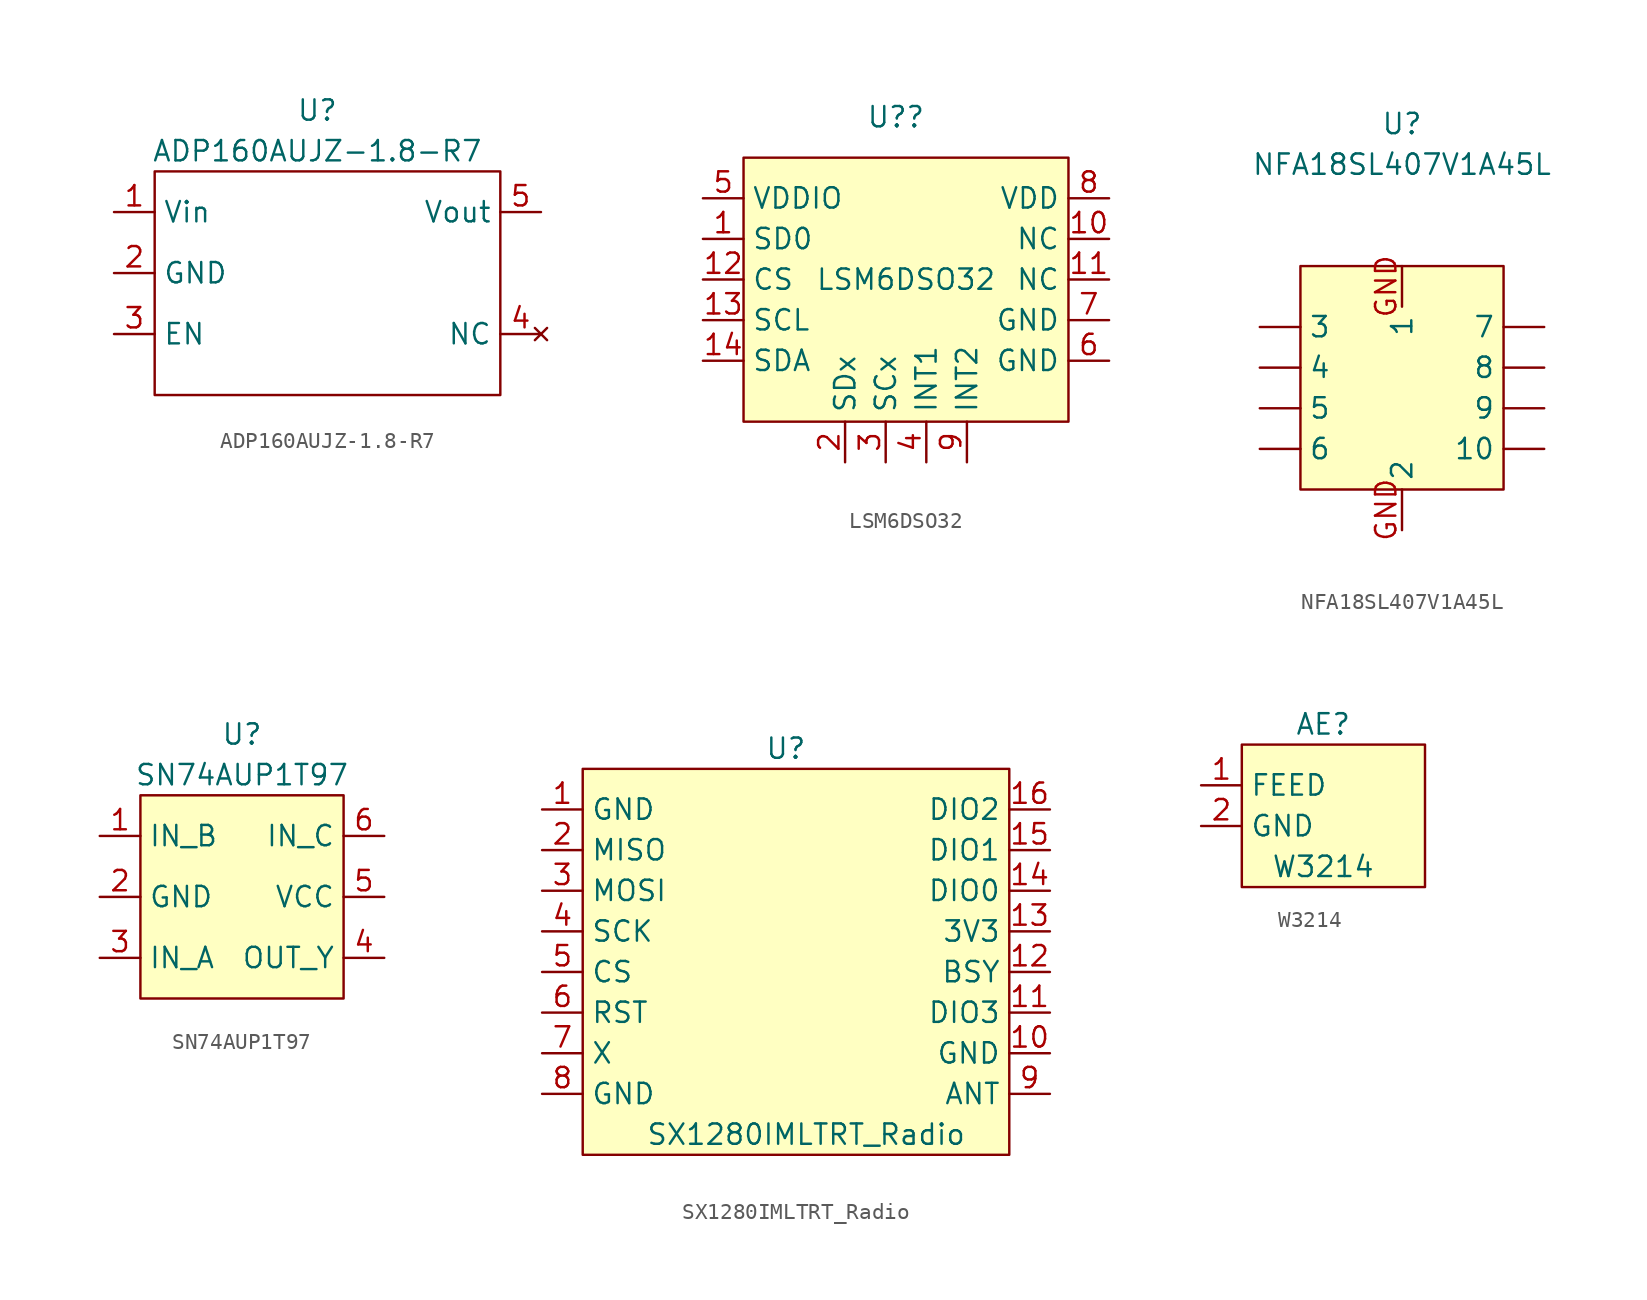
<source format=kicad_sym>
(kicad_symbol_lib
  (version 20211014)
  (generator kicad_symbol_editor)
  (symbol "ADP160AUJZ-1.8-R7"
    (property "Reference" "U"
      (at 0 0 0)
      (effects (font (size 1.27 1.27))))
    (property "Value" "ADP160AUJZ-1.8-R7"
      (at 0 -2.54 0)
      (effects (font (size 1.27 1.27))))
    (symbol "ADP160AUJZ-1.8-R7_0_1"
      (rectangle (start -10.16 -3.81) (end 11.43 -17.78) (stroke (width 0) (type default) (color 0 0 0 0)) (fill (type none))))
    (symbol "ADP160AUJZ-1.8-R7_1_1"
      (pin power_in line (at -12.7 -6.35 0) (length 2.54) (name "Vin" (effects (font (size 1.27 1.27)))) (number "1" (effects (font (size 1.27 1.27)))))
      (pin input line (at -12.7 -10.16 0) (length 2.54) (name "GND" (effects (font (size 1.27 1.27)))) (number "2" (effects (font (size 1.27 1.27)))))
      (pin input line (at -12.7 -13.97 0) (length 2.54) (name "EN" (effects (font (size 1.27 1.27)))) (number "3" (effects (font (size 1.27 1.27)))))
      (pin no_connect line (at 13.97 -13.97 180) (length 2.54) (name "NC" (effects (font (size 1.27 1.27)))) (number "4" (effects (font (size 1.27 1.27)))))
      (pin power_out line (at 13.97 -6.35 180) (length 2.54) (name "Vout" (effects (font (size 1.27 1.27)))) (number "5" (effects (font (size 1.27 1.27)))))))
  (symbol "LSM6DSO32"
    (property "Reference" "U?"
      (at -0.635 10.16 0)
      (effects (font (size 1.27 1.27))))
    (property "Value" "LSM6DSO32"
      (at 0 0 0)
      (effects (font (size 1.27 1.27))))
    (symbol "LSM6DSO32_0_1"
      (rectangle (start -10.16 7.62) (end 10.16 -8.89) (stroke (width 0) (type default) (color 0 0 0 0)) (fill (type background))))
    (symbol "LSM6DSO32_1_1"
      (pin input line (at -12.7 2.54 0) (length 2.54) (name "SD0" (effects (font (size 1.27 1.27)))) (number "1" (effects (font (size 1.27 1.27)))))
      (pin input line (at 12.7 2.54 180) (length 2.54) (name "NC" (effects (font (size 1.27 1.27)))) (number "10" (effects (font (size 1.27 1.27)))))
      (pin input line (at 12.7 0 180) (length 2.54) (name "NC" (effects (font (size 1.27 1.27)))) (number "11" (effects (font (size 1.27 1.27)))))
      (pin input line (at -12.7 0 0) (length 2.54) (name "CS" (effects (font (size 1.27 1.27)))) (number "12" (effects (font (size 1.27 1.27)))))
      (pin input line (at -12.7 -2.54 0) (length 2.54) (name "SCL" (effects (font (size 1.27 1.27)))) (number "13" (effects (font (size 1.27 1.27)))))
      (pin input line (at -12.7 -5.08 0) (length 2.54) (name "SDA" (effects (font (size 1.27 1.27)))) (number "14" (effects (font (size 1.27 1.27)))))
      (pin input line (at -3.81 -11.43 90) (length 2.54) (name "SDx" (effects (font (size 1.27 1.27)))) (number "2" (effects (font (size 1.27 1.27)))))
      (pin input line (at -1.27 -11.43 90) (length 2.54) (name "SCx" (effects (font (size 1.27 1.27)))) (number "3" (effects (font (size 1.27 1.27)))))
      (pin input line (at 1.27 -11.43 90) (length 2.54) (name "INT1" (effects (font (size 1.27 1.27)))) (number "4" (effects (font (size 1.27 1.27)))))
      (pin input line (at -12.7 5.08 0) (length 2.54) (name "VDDIO" (effects (font (size 1.27 1.27)))) (number "5" (effects (font (size 1.27 1.27)))))
      (pin input line (at 12.7 -5.08 180) (length 2.54) (name "GND" (effects (font (size 1.27 1.27)))) (number "6" (effects (font (size 1.27 1.27)))))
      (pin input line (at 12.7 -2.54 180) (length 2.54) (name "GND" (effects (font (size 1.27 1.27)))) (number "7" (effects (font (size 1.27 1.27)))))
      (pin input line (at 12.7 5.08 180) (length 2.54) (name "VDD" (effects (font (size 1.27 1.27)))) (number "8" (effects (font (size 1.27 1.27)))))
      (pin input line (at 3.81 -11.43 90) (length 2.54) (name "INT2" (effects (font (size 1.27 1.27)))) (number "9" (effects (font (size 1.27 1.27)))))))
  (symbol "NFA18SL407V1A45L"
    (property "Reference" "U"
      (at 0 5.08 0)
      (effects (font (size 1.27 1.27))))
    (property "Value" "NFA18SL407V1A45L"
      (at 0 2.54 0)
      (effects (font (size 1.27 1.27))))
    (symbol "NFA18SL407V1A45L_0_1"
      (rectangle (start -6.35 -3.81) (end 6.35 -17.78) (stroke (width 0) (type default) (color 0 0 0 0)) (fill (type background))))
    (symbol "NFA18SL407V1A45L_1_1"
      (pin output line (at 8.89 -15.24 180) (length 2.54) (name "10" (effects (font (size 1.27 1.27)))) (number "" (effects (font (size 1.27 1.27)))))
      (pin input line (at -8.89 -7.62 0) (length 2.54) (name "3" (effects (font (size 1.27 1.27)))) (number "" (effects (font (size 1.27 1.27)))))
      (pin input line (at -8.89 -10.16 0) (length 2.54) (name "4" (effects (font (size 1.27 1.27)))) (number "" (effects (font (size 1.27 1.27)))))
      (pin input line (at -8.89 -12.7 0) (length 2.54) (name "5" (effects (font (size 1.27 1.27)))) (number "" (effects (font (size 1.27 1.27)))))
      (pin input line (at -8.89 -15.24 0) (length 2.54) (name "6" (effects (font (size 1.27 1.27)))) (number "" (effects (font (size 1.27 1.27)))))
      (pin output line (at 8.89 -7.62 180) (length 2.54) (name "7" (effects (font (size 1.27 1.27)))) (number "" (effects (font (size 1.27 1.27)))))
      (pin output line (at 8.89 -10.16 180) (length 2.54) (name "8" (effects (font (size 1.27 1.27)))) (number "" (effects (font (size 1.27 1.27)))))
      (pin output line (at 8.89 -12.7 180) (length 2.54) (name "9" (effects (font (size 1.27 1.27)))) (number "" (effects (font (size 1.27 1.27)))))
      (pin input line (at 0 -3.81 270) (length 2.54) (name "1" (effects (font (size 1.27 1.27)))) (number "GND" (effects (font (size 1.27 1.27)))))
      (pin input line (at 0 -20.32 90) (length 2.54) (name "2" (effects (font (size 1.27 1.27)))) (number "GND" (effects (font (size 1.27 1.27)))))))
  (symbol "SN74AUP1T97"
    (property "Reference" "U"
      (at 0 5.08 0)
      (effects (font (size 1.27 1.27))))
    (property "Value" "SN74AUP1T97"
      (at 0 2.54 0)
      (effects (font (size 1.27 1.27))))
    (symbol "SN74AUP1T97_0_1"
      (rectangle (start -6.35 1.27) (end 6.35 -11.43) (stroke (width 0) (type default) (color 0 0 0 0)) (fill (type background))))
    (symbol "SN74AUP1T97_1_1"
      (pin input line (at -8.89 -1.27 0) (length 2.54) (name "IN_B" (effects (font (size 1.27 1.27)))) (number "1" (effects (font (size 1.27 1.27)))))
      (pin input line (at -8.89 -5.08 0) (length 2.54) (name "GND" (effects (font (size 1.27 1.27)))) (number "2" (effects (font (size 1.27 1.27)))))
      (pin input line (at -8.89 -8.89 0) (length 2.54) (name "IN_A" (effects (font (size 1.27 1.27)))) (number "3" (effects (font (size 1.27 1.27)))))
      (pin output line (at 8.89 -8.89 180) (length 2.54) (name "OUT_Y" (effects (font (size 1.27 1.27)))) (number "4" (effects (font (size 1.27 1.27)))))
      (pin power_in line (at 8.89 -5.08 180) (length 2.54) (name "VCC" (effects (font (size 1.27 1.27)))) (number "5" (effects (font (size 1.27 1.27)))))
      (pin input line (at 8.89 -1.27 180) (length 2.54) (name "IN_C" (effects (font (size 1.27 1.27)))) (number "6" (effects (font (size 1.27 1.27)))))))
  (symbol "SX1280IMLTRT_Radio"
    (property "Reference" "U"
      (at 0 12.7 0)
      (effects (font (size 1.27 1.27))))
    (property "Value" "SX1280IMLTRT_Radio"
      (at 1.27 -11.43 0)
      (effects (font (size 1.27 1.27))))
    (symbol "SX1280IMLTRT_Radio_0_1"
      (rectangle (start -12.7 11.43) (end 13.97 -12.7) (stroke (width 0) (type default) (color 0 0 0 0)) (fill (type background))))
    (symbol "SX1280IMLTRT_Radio_1_1"
      (pin bidirectional line (at -15.24 8.89 0) (length 2.54) (name "GND" (effects (font (size 1.27 1.27)))) (number "1" (effects (font (size 1.27 1.27)))))
      (pin bidirectional line (at 16.51 -6.35 180) (length 2.54) (name "GND" (effects (font (size 1.27 1.27)))) (number "10" (effects (font (size 1.27 1.27)))))
      (pin bidirectional line (at 16.51 -3.81 180) (length 2.54) (name "DIO3" (effects (font (size 1.27 1.27)))) (number "11" (effects (font (size 1.27 1.27)))))
      (pin bidirectional line (at 16.51 -1.27 180) (length 2.54) (name "BSY" (effects (font (size 1.27 1.27)))) (number "12" (effects (font (size 1.27 1.27)))))
      (pin bidirectional line (at 16.51 1.27 180) (length 2.54) (name "3V3" (effects (font (size 1.27 1.27)))) (number "13" (effects (font (size 1.27 1.27)))))
      (pin bidirectional line (at 16.51 3.81 180) (length 2.54) (name "DIO0" (effects (font (size 1.27 1.27)))) (number "14" (effects (font (size 1.27 1.27)))))
      (pin bidirectional line (at 16.51 6.35 180) (length 2.54) (name "DIO1" (effects (font (size 1.27 1.27)))) (number "15" (effects (font (size 1.27 1.27)))))
      (pin bidirectional line (at 16.51 8.89 180) (length 2.54) (name "DIO2" (effects (font (size 1.27 1.27)))) (number "16" (effects (font (size 1.27 1.27)))))
      (pin bidirectional line (at -15.24 6.35 0) (length 2.54) (name "MISO" (effects (font (size 1.27 1.27)))) (number "2" (effects (font (size 1.27 1.27)))))
      (pin bidirectional line (at -15.24 3.81 0) (length 2.54) (name "MOSI" (effects (font (size 1.27 1.27)))) (number "3" (effects (font (size 1.27 1.27)))))
      (pin bidirectional line (at -15.24 1.27 0) (length 2.54) (name "SCK" (effects (font (size 1.27 1.27)))) (number "4" (effects (font (size 1.27 1.27)))))
      (pin bidirectional line (at -15.24 -1.27 0) (length 2.54) (name "CS" (effects (font (size 1.27 1.27)))) (number "5" (effects (font (size 1.27 1.27)))))
      (pin bidirectional line (at -15.24 -3.81 0) (length 2.54) (name "RST" (effects (font (size 1.27 1.27)))) (number "6" (effects (font (size 1.27 1.27)))))
      (pin bidirectional line (at -15.24 -6.35 0) (length 2.54) (name "X" (effects (font (size 1.27 1.27)))) (number "7" (effects (font (size 1.27 1.27)))))
      (pin bidirectional line (at -15.24 -8.89 0) (length 2.54) (name "GND" (effects (font (size 1.27 1.27)))) (number "8" (effects (font (size 1.27 1.27)))))
      (pin bidirectional line (at 16.51 -8.89 180) (length 2.54) (name "ANT" (effects (font (size 1.27 1.27)))) (number "9" (effects (font (size 1.27 1.27)))))))
  (symbol "W3214"
    (property "Reference" "AE"
      (at 0 5.08 0)
      (effects (font (size 1.27 1.27))))
    (property "Value" "W3214"
      (at 0 -3.81 0)
      (effects (font (size 1.27 1.27))))
    (symbol "W3214_0_1"
      (rectangle (start -5.08 3.81) (end 6.35 -5.08) (stroke (width 0) (type default) (color 0 0 0 0)) (fill (type background))))
    (symbol "W3214_1_1"
      (pin bidirectional line (at -7.62 1.27 0) (length 2.54) (name "FEED" (effects (font (size 1.27 1.27)))) (number "1" (effects (font (size 1.27 1.27)))))
      (pin bidirectional line (at -7.62 -1.27 0) (length 2.54) (name "GND" (effects (font (size 1.27 1.27)))) (number "2" (effects (font (size 1.27 1.27))))))))
</source>
